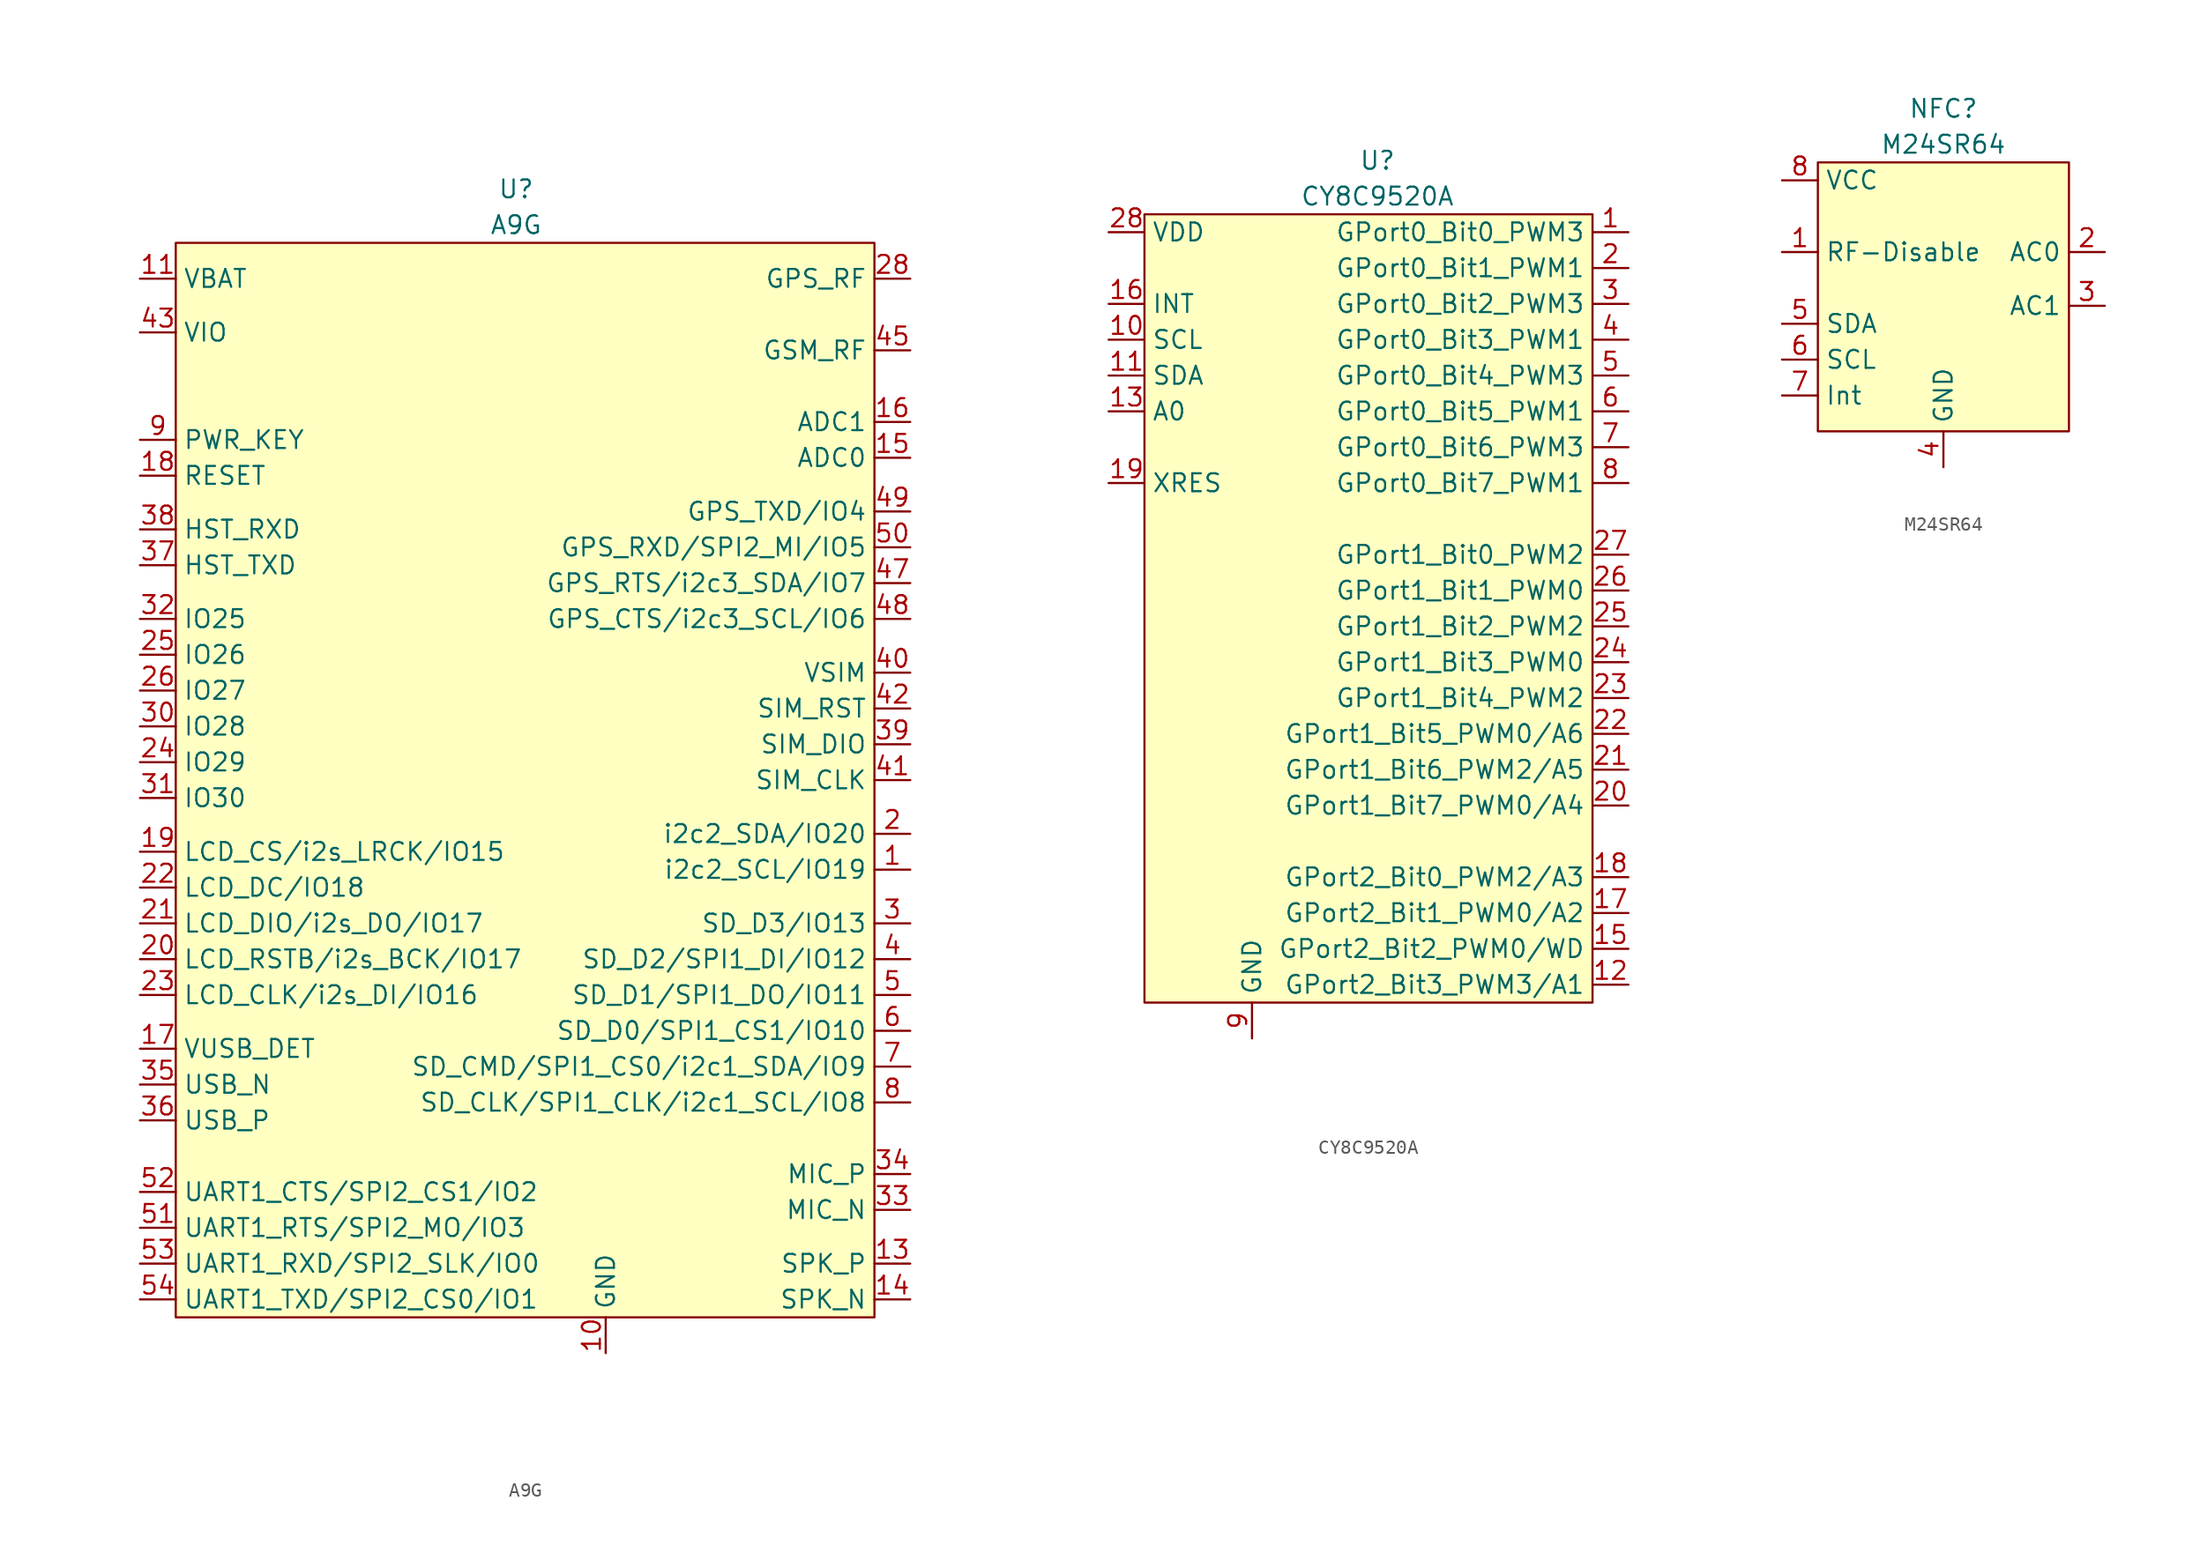
<source format=kicad_sym>
(kicad_symbol_lib
  (version 20211014)
  (generator kicad_symbol_editor)
  (symbol "A9G"
    (property "Reference" "U"
      (at 0 3.81 0)
      (effects (font (size 1.27 1.27))))
    (property "Value" "A9G"
      (at 0 1.27 0)
      (effects (font (size 1.27 1.27))))
    (symbol "A9G_0_1"
      (rectangle (start 25.4 -76.2) (end -24.13 0) (stroke (width 0) (type default) (color 0 0 0 0)) (fill (type background))))
    (symbol "A9G_1_1"
      (pin bidirectional line (at 27.94 -44.45 180) (length 2.54) (name "i2c2_SCL/IO19" (effects (font (size 1.27 1.27)))) (number "1" (effects (font (size 1.27 1.27)))))
      (pin power_in line (at 6.35 -78.74 90) (length 2.54) (name "GND" (effects (font (size 1.27 1.27)))) (number "10" (effects (font (size 1.27 1.27)))))
      (pin power_in line (at -26.67 -2.54 0) (length 2.54) (name "VBAT" (effects (font (size 1.27 1.27)))) (number "11" (effects (font (size 1.27 1.27)))))
      (pin power_in line (at -26.67 -2.54 0) (length 2.54) hide (name "vbat" (effects (font (size 1.27 1.27)))) (number "12" (effects (font (size 1.27 1.27)))))
      (pin output line (at 27.94 -72.39 180) (length 2.54) (name "SPK_P" (effects (font (size 1.27 1.27)))) (number "13" (effects (font (size 1.27 1.27)))))
      (pin output line (at 27.94 -74.93 180) (length 2.54) (name "SPK_N" (effects (font (size 1.27 1.27)))) (number "14" (effects (font (size 1.27 1.27)))))
      (pin input line (at 27.94 -15.24 180) (length 2.54) (name "ADC0" (effects (font (size 1.27 1.27)))) (number "15" (effects (font (size 1.27 1.27)))))
      (pin input line (at 27.94 -12.7 180) (length 2.54) (name "ADC1" (effects (font (size 1.27 1.27)))) (number "16" (effects (font (size 1.27 1.27)))))
      (pin power_in line (at -26.67 -57.15 0) (length 2.54) (name "VUSB_DET" (effects (font (size 1.27 1.27)))) (number "17" (effects (font (size 1.27 1.27)))))
      (pin input line (at -26.67 -16.51 0) (length 2.54) (name "RESET" (effects (font (size 1.27 1.27)))) (number "18" (effects (font (size 1.27 1.27)))))
      (pin bidirectional line (at -26.67 -43.18 0) (length 2.54) (name "LCD_CS/i2s_LRCK/IO15" (effects (font (size 1.27 1.27)))) (number "19" (effects (font (size 1.27 1.27)))))
      (pin bidirectional line (at 27.94 -41.91 180) (length 2.54) (name "i2c2_SDA/IO20" (effects (font (size 1.27 1.27)))) (number "2" (effects (font (size 1.27 1.27)))))
      (pin bidirectional line (at -26.67 -50.8 0) (length 2.54) (name "LCD_RSTB/i2s_BCK/IO17" (effects (font (size 1.27 1.27)))) (number "20" (effects (font (size 1.27 1.27)))))
      (pin bidirectional line (at -26.67 -48.26 0) (length 2.54) (name "LCD_DIO/i2s_DO/IO17" (effects (font (size 1.27 1.27)))) (number "21" (effects (font (size 1.27 1.27)))))
      (pin bidirectional line (at -26.67 -45.72 0) (length 2.54) (name "LCD_DC/IO18" (effects (font (size 1.27 1.27)))) (number "22" (effects (font (size 1.27 1.27)))))
      (pin bidirectional line (at -26.67 -53.34 0) (length 2.54) (name "LCD_CLK/i2s_DI/IO16" (effects (font (size 1.27 1.27)))) (number "23" (effects (font (size 1.27 1.27)))))
      (pin bidirectional line (at -26.67 -36.83 0) (length 2.54) (name "IO29" (effects (font (size 1.27 1.27)))) (number "24" (effects (font (size 1.27 1.27)))))
      (pin bidirectional line (at -26.67 -29.21 0) (length 2.54) (name "IO26" (effects (font (size 1.27 1.27)))) (number "25" (effects (font (size 1.27 1.27)))))
      (pin bidirectional line (at -26.67 -31.75 0) (length 2.54) (name "IO27" (effects (font (size 1.27 1.27)))) (number "26" (effects (font (size 1.27 1.27)))))
      (pin power_in line (at 6.35 -78.74 90) (length 2.54) hide (name "gnd" (effects (font (size 1.27 1.27)))) (number "27" (effects (font (size 1.27 1.27)))))
      (pin input line (at 27.94 -2.54 180) (length 2.54) (name "GPS_RF" (effects (font (size 1.27 1.27)))) (number "28" (effects (font (size 1.27 1.27)))))
      (pin power_in line (at 6.35 -78.74 90) (length 2.54) hide (name "gnd" (effects (font (size 1.27 1.27)))) (number "29" (effects (font (size 1.27 1.27)))))
      (pin bidirectional line (at 27.94 -48.26 180) (length 2.54) (name "SD_D3/IO13" (effects (font (size 1.27 1.27)))) (number "3" (effects (font (size 1.27 1.27)))))
      (pin bidirectional line (at -26.67 -34.29 0) (length 2.54) (name "IO28" (effects (font (size 1.27 1.27)))) (number "30" (effects (font (size 1.27 1.27)))))
      (pin bidirectional line (at -26.67 -39.37 0) (length 2.54) (name "IO30" (effects (font (size 1.27 1.27)))) (number "31" (effects (font (size 1.27 1.27)))))
      (pin bidirectional line (at -26.67 -26.67 0) (length 2.54) (name "IO25" (effects (font (size 1.27 1.27)))) (number "32" (effects (font (size 1.27 1.27)))))
      (pin input line (at 27.94 -68.58 180) (length 2.54) (name "MIC_N" (effects (font (size 1.27 1.27)))) (number "33" (effects (font (size 1.27 1.27)))))
      (pin input line (at 27.94 -66.04 180) (length 2.54) (name "MIC_P" (effects (font (size 1.27 1.27)))) (number "34" (effects (font (size 1.27 1.27)))))
      (pin bidirectional line (at -26.67 -59.69 0) (length 2.54) (name "USB_N" (effects (font (size 1.27 1.27)))) (number "35" (effects (font (size 1.27 1.27)))))
      (pin bidirectional line (at -26.67 -62.23 0) (length 2.54) (name "USB_P" (effects (font (size 1.27 1.27)))) (number "36" (effects (font (size 1.27 1.27)))))
      (pin output line (at -26.67 -22.86 0) (length 2.54) (name "HST_TXD" (effects (font (size 1.27 1.27)))) (number "37" (effects (font (size 1.27 1.27)))))
      (pin input line (at -26.67 -20.32 0) (length 2.54) (name "HST_RXD" (effects (font (size 1.27 1.27)))) (number "38" (effects (font (size 1.27 1.27)))))
      (pin bidirectional line (at 27.94 -35.56 180) (length 2.54) (name "SIM_DIO" (effects (font (size 1.27 1.27)))) (number "39" (effects (font (size 1.27 1.27)))))
      (pin bidirectional line (at 27.94 -50.8 180) (length 2.54) (name "SD_D2/SPI1_DI/IO12" (effects (font (size 1.27 1.27)))) (number "4" (effects (font (size 1.27 1.27)))))
      (pin power_out line (at 27.94 -30.48 180) (length 2.54) (name "VSIM" (effects (font (size 1.27 1.27)))) (number "40" (effects (font (size 1.27 1.27)))))
      (pin output line (at 27.94 -38.1 180) (length 2.54) (name "SIM_CLK" (effects (font (size 1.27 1.27)))) (number "41" (effects (font (size 1.27 1.27)))))
      (pin output line (at 27.94 -33.02 180) (length 2.54) (name "SIM_RST" (effects (font (size 1.27 1.27)))) (number "42" (effects (font (size 1.27 1.27)))))
      (pin power_in line (at -26.67 -6.35 0) (length 2.54) (name "VIO" (effects (font (size 1.27 1.27)))) (number "43" (effects (font (size 1.27 1.27)))))
      (pin power_in line (at 6.35 -78.74 90) (length 2.54) hide (name "gnd" (effects (font (size 1.27 1.27)))) (number "44" (effects (font (size 1.27 1.27)))))
      (pin input line (at 27.94 -7.62 180) (length 2.54) (name "GSM_RF" (effects (font (size 1.27 1.27)))) (number "45" (effects (font (size 1.27 1.27)))))
      (pin power_in line (at 6.35 -78.74 90) (length 2.54) hide (name "gnd" (effects (font (size 1.27 1.27)))) (number "46" (effects (font (size 1.27 1.27)))))
      (pin bidirectional line (at 27.94 -24.13 180) (length 2.54) (name "GPS_RTS/i2c3_SDA/IO7" (effects (font (size 1.27 1.27)))) (number "47" (effects (font (size 1.27 1.27)))))
      (pin bidirectional line (at 27.94 -26.67 180) (length 2.54) (name "GPS_CTS/i2c3_SCL/IO6" (effects (font (size 1.27 1.27)))) (number "48" (effects (font (size 1.27 1.27)))))
      (pin bidirectional line (at 27.94 -19.05 180) (length 2.54) (name "GPS_TXD/IO4" (effects (font (size 1.27 1.27)))) (number "49" (effects (font (size 1.27 1.27)))))
      (pin bidirectional line (at 27.94 -53.34 180) (length 2.54) (name "SD_D1/SPI1_DO/IO11" (effects (font (size 1.27 1.27)))) (number "5" (effects (font (size 1.27 1.27)))))
      (pin bidirectional line (at 27.94 -21.59 180) (length 2.54) (name "GPS_RXD/SPI2_MI/IO5" (effects (font (size 1.27 1.27)))) (number "50" (effects (font (size 1.27 1.27)))))
      (pin bidirectional line (at -26.67 -69.85 0) (length 2.54) (name "UART1_RTS/SPI2_MO/IO3" (effects (font (size 1.27 1.27)))) (number "51" (effects (font (size 1.27 1.27)))))
      (pin bidirectional line (at -26.67 -67.31 0) (length 2.54) (name "UART1_CTS/SPI2_CS1/IO2" (effects (font (size 1.27 1.27)))) (number "52" (effects (font (size 1.27 1.27)))))
      (pin bidirectional line (at -26.67 -72.39 0) (length 2.54) (name "UART1_RXD/SPI2_SLK/IO0" (effects (font (size 1.27 1.27)))) (number "53" (effects (font (size 1.27 1.27)))))
      (pin bidirectional line (at -26.67 -74.93 0) (length 2.54) (name "UART1_TXD/SPI2_CS0/IO1" (effects (font (size 1.27 1.27)))) (number "54" (effects (font (size 1.27 1.27)))))
      (pin power_in line (at 6.35 -78.74 90) (length 2.54) hide (name "gnd" (effects (font (size 1.27 1.27)))) (number "55" (effects (font (size 1.27 1.27)))))
      (pin power_in line (at 6.35 -78.74 90) (length 2.54) hide (name "gnd" (effects (font (size 1.27 1.27)))) (number "56" (effects (font (size 1.27 1.27)))))
      (pin bidirectional line (at 27.94 -55.88 180) (length 2.54) (name "SD_D0/SPI1_CS1/IO10" (effects (font (size 1.27 1.27)))) (number "6" (effects (font (size 1.27 1.27)))))
      (pin bidirectional line (at 27.94 -58.42 180) (length 2.54) (name "SD_CMD/SPI1_CS0/i2c1_SDA/IO9" (effects (font (size 1.27 1.27)))) (number "7" (effects (font (size 1.27 1.27)))))
      (pin bidirectional line (at 27.94 -60.96 180) (length 2.54) (name "SD_CLK/SPI1_CLK/i2c1_SCL/IO8" (effects (font (size 1.27 1.27)))) (number "8" (effects (font (size 1.27 1.27)))))
      (pin input line (at -26.67 -13.97 0) (length 2.54) (name "PWR_KEY" (effects (font (size 1.27 1.27)))) (number "9" (effects (font (size 1.27 1.27)))))))
  (symbol "CY8C9520A"
    (property "Reference" "U"
      (at 0 3.81 0)
      (effects (font (size 1.27 1.27))))
    (property "Value" "CY8C9520A"
      (at 0 1.27 0)
      (effects (font (size 1.27 1.27))))
    (symbol "CY8C9520A_0_1"
      (rectangle (start 15.24 0) (end -16.51 -55.88) (stroke (width 0) (type default) (color 0 0 0 0)) (fill (type background))))
    (symbol "CY8C9520A_1_1"
      (pin bidirectional line (at 17.78 -1.27 180) (length 2.54) (name "GPort0_Bit0_PWM3" (effects (font (size 1.27 1.27)))) (number "1" (effects (font (size 1.27 1.27)))))
      (pin input line (at -19.05 -8.89 0) (length 2.54) (name "SCL" (effects (font (size 1.27 1.27)))) (number "10" (effects (font (size 1.27 1.27)))))
      (pin bidirectional line (at -19.05 -11.43 0) (length 2.54) (name "SDA" (effects (font (size 1.27 1.27)))) (number "11" (effects (font (size 1.27 1.27)))))
      (pin bidirectional line (at 17.78 -54.61 180) (length 2.54) (name "GPort2_Bit3_PWM3/A1" (effects (font (size 1.27 1.27)))) (number "12" (effects (font (size 1.27 1.27)))))
      (pin input line (at -19.05 -13.97 0) (length 2.54) (name "A0" (effects (font (size 1.27 1.27)))) (number "13" (effects (font (size 1.27 1.27)))))
      (pin input line (at -8.89 -58.42 90) (length 2.54) hide (name "GND" (effects (font (size 1.27 1.27)))) (number "14" (effects (font (size 1.27 1.27)))))
      (pin bidirectional line (at 17.78 -52.07 180) (length 2.54) (name "GPort2_Bit2_PWM0/WD" (effects (font (size 1.27 1.27)))) (number "15" (effects (font (size 1.27 1.27)))))
      (pin output line (at -19.05 -6.35 0) (length 2.54) (name "INT" (effects (font (size 1.27 1.27)))) (number "16" (effects (font (size 1.27 1.27)))))
      (pin bidirectional line (at 17.78 -49.53 180) (length 2.54) (name "GPort2_Bit1_PWM0/A2" (effects (font (size 1.27 1.27)))) (number "17" (effects (font (size 1.27 1.27)))))
      (pin bidirectional line (at 17.78 -46.99 180) (length 2.54) (name "GPort2_Bit0_PWM2/A3" (effects (font (size 1.27 1.27)))) (number "18" (effects (font (size 1.27 1.27)))))
      (pin unspecified line (at -19.05 -19.05 0) (length 2.54) (name "XRES" (effects (font (size 1.27 1.27)))) (number "19" (effects (font (size 1.27 1.27)))))
      (pin bidirectional line (at 17.78 -3.81 180) (length 2.54) (name "GPort0_Bit1_PWM1" (effects (font (size 1.27 1.27)))) (number "2" (effects (font (size 1.27 1.27)))))
      (pin bidirectional line (at 17.78 -41.91 180) (length 2.54) (name "GPort1_Bit7_PWM0/A4" (effects (font (size 1.27 1.27)))) (number "20" (effects (font (size 1.27 1.27)))))
      (pin bidirectional line (at 17.78 -39.37 180) (length 2.54) (name "GPort1_Bit6_PWM2/A5" (effects (font (size 1.27 1.27)))) (number "21" (effects (font (size 1.27 1.27)))))
      (pin bidirectional line (at 17.78 -36.83 180) (length 2.54) (name "GPort1_Bit5_PWM0/A6" (effects (font (size 1.27 1.27)))) (number "22" (effects (font (size 1.27 1.27)))))
      (pin bidirectional line (at 17.78 -34.29 180) (length 2.54) (name "GPort1_Bit4_PWM2" (effects (font (size 1.27 1.27)))) (number "23" (effects (font (size 1.27 1.27)))))
      (pin bidirectional line (at 17.78 -31.75 180) (length 2.54) (name "GPort1_Bit3_PWM0" (effects (font (size 1.27 1.27)))) (number "24" (effects (font (size 1.27 1.27)))))
      (pin bidirectional line (at 17.78 -29.21 180) (length 2.54) (name "GPort1_Bit2_PWM2" (effects (font (size 1.27 1.27)))) (number "25" (effects (font (size 1.27 1.27)))))
      (pin bidirectional line (at 17.78 -26.67 180) (length 2.54) (name "GPort1_Bit1_PWM0" (effects (font (size 1.27 1.27)))) (number "26" (effects (font (size 1.27 1.27)))))
      (pin bidirectional line (at 17.78 -24.13 180) (length 2.54) (name "GPort1_Bit0_PWM2" (effects (font (size 1.27 1.27)))) (number "27" (effects (font (size 1.27 1.27)))))
      (pin power_in line (at -19.05 -1.27 0) (length 2.54) (name "VDD" (effects (font (size 1.27 1.27)))) (number "28" (effects (font (size 1.27 1.27)))))
      (pin bidirectional line (at 17.78 -6.35 180) (length 2.54) (name "GPort0_Bit2_PWM3" (effects (font (size 1.27 1.27)))) (number "3" (effects (font (size 1.27 1.27)))))
      (pin bidirectional line (at 17.78 -8.89 180) (length 2.54) (name "GPort0_Bit3_PWM1" (effects (font (size 1.27 1.27)))) (number "4" (effects (font (size 1.27 1.27)))))
      (pin bidirectional line (at 17.78 -11.43 180) (length 2.54) (name "GPort0_Bit4_PWM3" (effects (font (size 1.27 1.27)))) (number "5" (effects (font (size 1.27 1.27)))))
      (pin bidirectional line (at 17.78 -13.97 180) (length 2.54) (name "GPort0_Bit5_PWM1" (effects (font (size 1.27 1.27)))) (number "6" (effects (font (size 1.27 1.27)))))
      (pin bidirectional line (at 17.78 -16.51 180) (length 2.54) (name "GPort0_Bit6_PWM3" (effects (font (size 1.27 1.27)))) (number "7" (effects (font (size 1.27 1.27)))))
      (pin bidirectional line (at 17.78 -19.05 180) (length 2.54) (name "GPort0_Bit7_PWM1" (effects (font (size 1.27 1.27)))) (number "8" (effects (font (size 1.27 1.27)))))
      (pin input line (at -8.89 -58.42 90) (length 2.54) (name "GND" (effects (font (size 1.27 1.27)))) (number "9" (effects (font (size 1.27 1.27)))))))
  (symbol "M24SR64"
    (property "Reference" "NFC"
      (at 0 5.08 0)
      (effects (font (size 1.27 1.27))))
    (property "Value" "M24SR64"
      (at 0 2.54 0)
      (effects (font (size 1.27 1.27))))
    (symbol "M24SR64_0_1"
      (rectangle (start -8.89 1.27) (end 8.89 -17.78) (stroke (width 0) (type default) (color 0 0 0 0)) (fill (type background))))
    (symbol "M24SR64_1_1"
      (pin input line (at -11.43 -5.08 0) (length 2.54) (name "RF-Disable" (effects (font (size 1.27 1.27)))) (number "1" (effects (font (size 1.27 1.27)))))
      (pin unspecified line (at 11.43 -5.08 180) (length 2.54) (name "AC0" (effects (font (size 1.27 1.27)))) (number "2" (effects (font (size 1.27 1.27)))))
      (pin unspecified line (at 11.43 -8.89 180) (length 2.54) (name "AC1" (effects (font (size 1.27 1.27)))) (number "3" (effects (font (size 1.27 1.27)))))
      (pin power_in line (at 0 -20.32 90) (length 2.54) (name "GND" (effects (font (size 1.27 1.27)))) (number "4" (effects (font (size 1.27 1.27)))))
      (pin bidirectional line (at -11.43 -10.16 0) (length 2.54) (name "SDA" (effects (font (size 1.27 1.27)))) (number "5" (effects (font (size 1.27 1.27)))))
      (pin input line (at -11.43 -12.7 0) (length 2.54) (name "SCL" (effects (font (size 1.27 1.27)))) (number "6" (effects (font (size 1.27 1.27)))))
      (pin open_collector line (at -11.43 -15.24 0) (length 2.54) (name "Int" (effects (font (size 1.27 1.27)))) (number "7" (effects (font (size 1.27 1.27)))))
      (pin power_in line (at -11.43 0 0) (length 2.54) (name "VCC" (effects (font (size 1.27 1.27)))) (number "8" (effects (font (size 1.27 1.27))))))))
</source>
